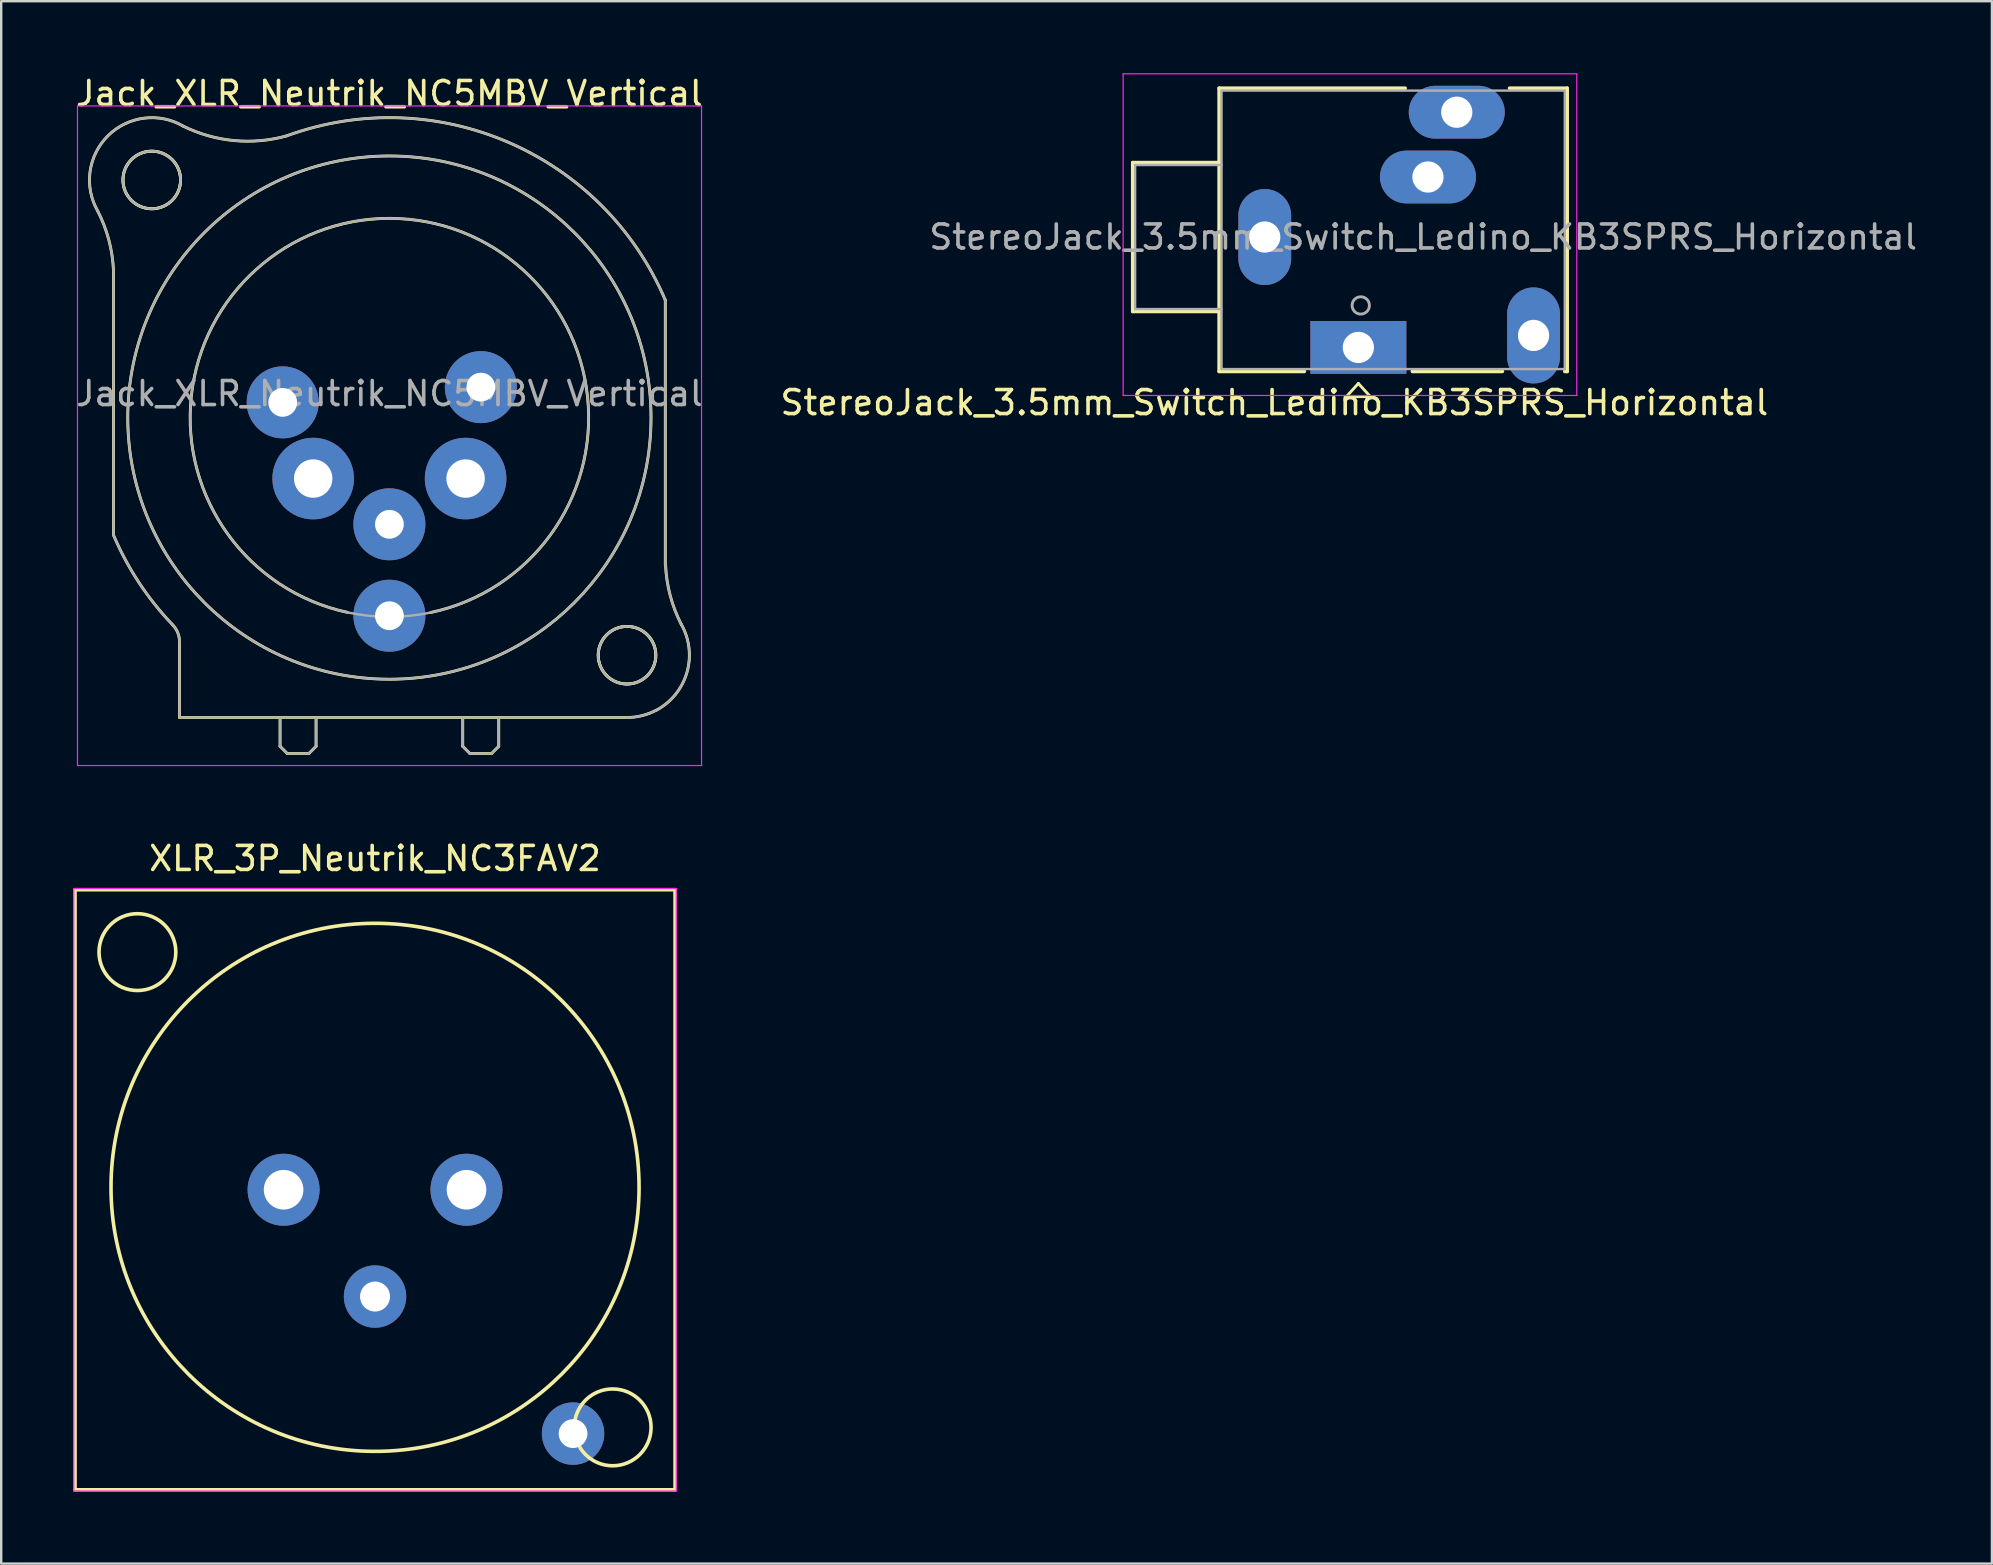
<source format=kicad_pcb>
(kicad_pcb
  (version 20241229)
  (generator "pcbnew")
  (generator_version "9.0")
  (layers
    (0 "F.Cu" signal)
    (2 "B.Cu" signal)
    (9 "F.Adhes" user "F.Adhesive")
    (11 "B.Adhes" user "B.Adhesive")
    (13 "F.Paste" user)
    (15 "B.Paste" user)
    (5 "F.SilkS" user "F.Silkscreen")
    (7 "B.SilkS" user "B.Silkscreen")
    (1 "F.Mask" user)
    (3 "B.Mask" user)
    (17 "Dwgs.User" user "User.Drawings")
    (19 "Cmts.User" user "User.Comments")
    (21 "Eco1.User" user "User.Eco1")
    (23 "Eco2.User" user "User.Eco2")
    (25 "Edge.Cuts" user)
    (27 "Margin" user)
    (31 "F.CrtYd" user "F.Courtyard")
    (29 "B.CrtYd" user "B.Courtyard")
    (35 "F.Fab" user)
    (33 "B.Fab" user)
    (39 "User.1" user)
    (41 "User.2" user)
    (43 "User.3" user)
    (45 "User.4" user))
  (footprint "Jack_XLR_Neutrik_NC5MBV_Vertical"
    (layer "F.Cu")
    (at 8.728 13.713)
    (property "Reference" "Jack_XLR_Neutrik_NC5MBV_Vertical" (at 4.445 -12.865 0) (layer "F.SilkS") (effects (font (size 1 1) (thickness 0.15))))
    (attr through_hole)
    (fp_line (start -7.05 -5.5) (end -7.05 5.53) (stroke (width 0.12) (type solid)) (layer "F.SilkS"))
    (fp_line (start -4.3 9.97) (end -4.3 13.13) (stroke (width 0.12) (type solid)) (layer "F.SilkS"))
    (fp_line (start -0.11 13.13) (end -0.11 14.33) (stroke (width 0.12) (type solid)) (layer "F.SilkS"))
    (fp_line (start -0.11 14.33) (end 0.19 14.63) (stroke (width 0.12) (type solid)) (layer "F.SilkS"))
    (fp_line (start 0.19 14.63) (end 1.09 14.63) (stroke (width 0.12) (type solid)) (layer "F.SilkS"))
    (fp_line (start 1.39 13.13) (end 1.39 14.33) (stroke (width 0.12) (type solid)) (layer "F.SilkS"))
    (fp_line (start 1.39 14.33) (end 1.09 14.63) (stroke (width 0.12) (type solid)) (layer "F.SilkS"))
    (fp_line (start 7.5 13.13) (end 7.5 14.33) (stroke (width 0.12) (type solid)) (layer "F.SilkS"))
    (fp_line (start 7.5 14.33) (end 7.8 14.63) (stroke (width 0.12) (type solid)) (layer "F.SilkS"))
    (fp_line (start 8.7 14.63) (end 7.8 14.63) (stroke (width 0.12) (type solid)) (layer "F.SilkS"))
    (fp_line (start 9 13.13) (end 9 14.33) (stroke (width 0.12) (type solid)) (layer "F.SilkS"))
    (fp_line (start 9 14.33) (end 8.7 14.63) (stroke (width 0.12) (type solid)) (layer "F.SilkS"))
    (fp_line (start 14.34 13.13) (end -4.3 13.13) (stroke (width 0.12) (type solid)) (layer "F.SilkS"))
    (fp_line (start 15.94 6.77) (end 15.94 -4.26) (stroke (width 0.12) (type solid)) (layer "F.SilkS"))
    (fp_arc (start -7.706072 -7.969016) (mid -7.245016 -6.769854) (end -7.05 -5.5) (stroke (width 0.12) (type solid)) (layer "F.SilkS"))
    (fp_arc (start -7.701898 -7.960402) (mid -7.280108 -11.106809) (end -4.13 -11.5) (stroke (width 0.12) (type solid)) (layer "F.SilkS"))
    (fp_arc (start -4.57767 9.277192) (mid -5.983521 7.515552) (end -7.05 5.53) (stroke (width 0.12) (type solid)) (layer "F.SilkS"))
    (fp_arc (start -4.577033 9.279118) (mid -4.371839 9.597822) (end -4.3 9.97) (stroke (width 0.12) (type solid)) (layer "F.SilkS"))
    (fp_arc (start 0.155138 -11.099295) (mid -2.024203 -10.906412) (end -4.13 -11.5) (stroke (width 0.12) (type solid)) (layer "F.SilkS"))
    (fp_arc (start 0.15831 -11.100431) (mid 9.413683 -10.828344) (end 15.94 -4.26) (stroke (width 0.12) (type solid)) (layer "F.SilkS"))
    (fp_arc (start 2.7 8.75) (mid 4.457421 -7.665488) (end 6.165706 8.755186) (stroke (width 0.12) (type solid)) (layer "F.SilkS"))
    (fp_arc (start 15.548589 12.832023) (mid 14.96239 13.054406) (end 14.34 13.13) (stroke (width 0.12) (type solid)) (layer "F.SilkS"))
    (fp_arc (start 16.602795 9.242305) (mid 16.840071 11.256668) (end 15.56 12.83) (stroke (width 0.12) (type solid)) (layer "F.SilkS"))
    (fp_arc (start 16.607596 9.253415) (mid 16.144453 8.047281) (end 15.95 6.77) (stroke (width 0.12) (type solid)) (layer "F.SilkS"))
    (fp_circle (center -5.455 -9.265) (end -4.255 -9.265) (stroke (width 0.12) (type solid)) (fill no) (layer "F.SilkS"))
    (fp_circle (center -5.455 -9.265) (end -4.255 -9.265) (stroke (width 0.12) (type solid)) (fill no) (layer "F.SilkS"))
    (fp_circle (center 4.445 0.635) (end 15.345 0.635) (stroke (width 0.12) (type solid)) (fill no) (layer "F.SilkS"))
    (fp_circle (center 14.345 10.535) (end 15.545 10.535) (stroke (width 0.12) (type solid)) (fill no) (layer "F.SilkS"))
    (fp_circle (center 14.345 10.535) (end 15.545 10.535) (stroke (width 0.12) (type solid)) (fill no) (layer "F.SilkS"))
    (fp_line (start -8.55 -12.35) (end 17.45 -12.35) (stroke (width 0.05) (type solid)) (layer "F.CrtYd"))
    (fp_line (start -8.55 15.13) (end -8.55 -12.35) (stroke (width 0.05) (type solid)) (layer "F.CrtYd"))
    (fp_line (start 17.45 -12.35) (end 17.45 15.13) (stroke (width 0.05) (type solid)) (layer "F.CrtYd"))
    (fp_line (start 17.45 15.13) (end -8.55 15.13) (stroke (width 0.05) (type solid)) (layer "F.CrtYd"))
    (fp_line (start -7.05 -5.5) (end -7.05 5.53) (stroke (width 0.1) (type solid)) (layer "F.Fab"))
    (fp_line (start -4.3 9.97) (end -4.3 13.13) (stroke (width 0.1) (type solid)) (layer "F.Fab"))
    (fp_line (start -0.11 13.13) (end -0.11 14.33) (stroke (width 0.1) (type solid)) (layer "F.Fab"))
    (fp_line (start -0.11 14.33) (end 0.19 14.63) (stroke (width 0.1) (type solid)) (layer "F.Fab"))
    (fp_line (start 0.19 14.63) (end 1.09 14.63) (stroke (width 0.1) (type solid)) (layer "F.Fab"))
    (fp_line (start 1.39 13.13) (end 1.39 14.33) (stroke (width 0.1) (type solid)) (layer "F.Fab"))
    (fp_line (start 1.39 14.33) (end 1.09 14.63) (stroke (width 0.1) (type solid)) (layer "F.Fab"))
    (fp_line (start 7.5 13.13) (end 7.5 14.33) (stroke (width 0.1) (type solid)) (layer "F.Fab"))
    (fp_line (start 7.5 14.33) (end 7.8 14.63) (stroke (width 0.1) (type solid)) (layer "F.Fab"))
    (fp_line (start 8.7 14.63) (end 7.8 14.63) (stroke (width 0.1) (type solid)) (layer "F.Fab"))
    (fp_line (start 9 13.13) (end 9 14.33) (stroke (width 0.1) (type solid)) (layer "F.Fab"))
    (fp_line (start 9 14.33) (end 8.7 14.63) (stroke (width 0.1) (type solid)) (layer "F.Fab"))
    (fp_line (start 14.34 13.13) (end -4.3 13.13) (stroke (width 0.1) (type solid)) (layer "F.Fab"))
    (fp_line (start 15.94 6.77) (end 15.94 -4.26) (stroke (width 0.1) (type solid)) (layer "F.Fab"))
    (fp_arc (start -7.706072 -7.969016) (mid -7.245016 -6.769854) (end -7.05 -5.5) (stroke (width 0.1) (type solid)) (layer "F.Fab"))
    (fp_arc (start -7.701898 -7.960402) (mid -7.280108 -11.106809) (end -4.13 -11.5) (stroke (width 0.1) (type solid)) (layer "F.Fab"))
    (fp_arc (start -4.57767 9.277192) (mid -5.983521 7.515552) (end -7.05 5.53) (stroke (width 0.1) (type solid)) (layer "F.Fab"))
    (fp_arc (start -4.577033 9.279118) (mid -4.371839 9.597822) (end -4.3 9.97) (stroke (width 0.1) (type solid)) (layer "F.Fab"))
    (fp_arc (start 0.155138 -11.099295) (mid -2.024203 -10.906412) (end -4.13 -11.5) (stroke (width 0.1) (type solid)) (layer "F.Fab"))
    (fp_arc (start 0.15831 -11.100431) (mid 9.413683 -10.828344) (end 15.94 -4.26) (stroke (width 0.1) (type solid)) (layer "F.Fab"))
    (fp_arc (start 15.548589 12.832023) (mid 14.96239 13.054406) (end 14.34 13.13) (stroke (width 0.1) (type solid)) (layer "F.Fab"))
    (fp_arc (start 16.602795 9.242305) (mid 16.840071 11.256668) (end 15.56 12.83) (stroke (width 0.1) (type solid)) (layer "F.Fab"))
    (fp_arc (start 16.607596 9.253415) (mid 16.144453 8.047281) (end 15.95 6.77) (stroke (width 0.1) (type solid)) (layer "F.Fab"))
    (fp_circle (center -5.455 -9.265) (end -4.255 -9.265) (stroke (width 0.1) (type solid)) (fill no) (layer "F.Fab"))
    (fp_circle (center 4.445 0.635) (end 12.745 0.635) (stroke (width 0.1) (type solid)) (fill no) (layer "F.Fab"))
    (fp_circle (center 4.445 0.635) (end 15.345 0.635) (stroke (width 0.1) (type solid)) (fill no) (layer "F.Fab"))
    (fp_circle (center 14.345 10.535) (end 15.545 10.535) (stroke (width 0.1) (type solid)) (fill no) (layer "F.Fab"))
    (fp_text user "${REFERENCE}" (at 4.445 -0.365 0) (layer "F.Fab") (effects (font (size 1 1) (thickness 0.15))))
    (pad "1" thru_hole circle (at 0 0) (size 3 3) (drill 1.2) (layers "*.Cu" "*.Mask"))
    (pad "2" thru_hole circle (at 1.27 3.175) (size 3.4 3.4) (drill 1.6) (layers "*.Cu" "*.Mask"))
    (pad "3" thru_hole circle (at 4.445 5.08) (size 3 3) (drill 1.2) (layers "*.Cu" "*.Mask"))
    (pad "4" thru_hole circle (at 7.62 3.175) (size 3.4 3.4) (drill 1.6) (layers "*.Cu" "*.Mask"))
    (pad "5" thru_hole circle (at 8.255 -0.635) (size 3 3) (drill 1.2) (layers "*.Cu" "*.Mask"))
    (pad "G" thru_hole circle (at 4.445 8.89) (size 3 3) (drill 1.2) (layers "*.Cu" "*.Mask")))
  (footprint "XLR_3P_Neutrik_NC3FAV2"
    (layer "F.Cu")
    (at 12.575 46.517)
    (property "Reference" "XLR_3P_Neutrik_NC3FAV2" (at 0 -13.8 0) (layer "F.SilkS") (effects (font (size 1 1) (thickness 0.15))))
    (attr through_hole)
    (fp_line (start -12.5 -12.5) (end 12.5 -12.5) (stroke (width 0.15) (type solid)) (layer "F.SilkS"))
    (fp_line (start -12.5 12.5) (end -12.5 -12.5) (stroke (width 0.15) (type solid)) (layer "F.SilkS"))
    (fp_line (start 12.5 -12.5) (end 12.5 12.5) (stroke (width 0.15) (type solid)) (layer "F.SilkS"))
    (fp_line (start 12.5 12.5) (end -12.5 12.5) (stroke (width 0.15) (type solid)) (layer "F.SilkS"))
    (fp_circle (center -9.9 -9.9) (end -8.3 -9.9) (stroke (width 0.15) (type solid)) (fill no) (layer "F.SilkS"))
    (fp_circle (center 0 -0.1) (end 11 -0.1) (stroke (width 0.15) (type solid)) (fill no) (layer "F.SilkS"))
    (fp_circle (center 9.9 9.9) (end 11.5 9.9) (stroke (width 0.15) (type solid)) (fill no) (layer "F.SilkS"))
    (fp_line (start -12.55 -12.55) (end 12.55 -12.55) (stroke (width 0.05) (type solid)) (layer "F.CrtYd"))
    (fp_line (start -12.55 12.55) (end -12.55 -12.55) (stroke (width 0.05) (type solid)) (layer "F.CrtYd"))
    (fp_line (start 12.55 -12.55) (end 12.55 12.55) (stroke (width 0.05) (type solid)) (layer "F.CrtYd"))
    (fp_line (start 12.55 12.55) (end -12.55 12.55) (stroke (width 0.05) (type solid)) (layer "F.CrtYd"))
    (pad "1" thru_hole circle (at 3.81 0) (size 3 3) (drill 1.65) (layers "*.Cu" "*.Mask"))
    (pad "2" thru_hole circle (at -3.81 0) (size 3 3) (drill 1.65) (layers "*.Cu" "*.Mask"))
    (pad "3" thru_hole circle (at 0 4.45) (size 2.6 2.6) (drill 1.25) (layers "*.Cu" "*.Mask"))
    (pad "G" thru_hole circle (at 8.25 10.16) (size 2.6 2.6) (drill 1.2) (layers "*.Cu" "*.Mask")))
  (footprint "StereoJack_3.5mm_Switch_Ledino_KB3SPRS_Horizontal"
    (layer "F.Cu")
    (at 53.542 11.425)
    (property "Reference" "StereoJack_3.5mm_Switch_Ledino_KB3SPRS_Horizontal" (at -3.5 2.3 0) (layer "F.SilkS") (effects (font (size 1 1) (thickness 0.15))))
    (attr through_hole)
    (fp_line (start -9.4 -7.7) (end -9.4 -1.5) (stroke (width 0.15) (type solid)) (layer "F.SilkS"))
    (fp_line (start -9.4 -1.5) (end -5.8 -1.5) (stroke (width 0.15) (type solid)) (layer "F.SilkS"))
    (fp_line (start -5.8 -10.8) (end 1.95 -10.8) (stroke (width 0.15) (type solid)) (layer "F.SilkS"))
    (fp_line (start -5.8 -7.7) (end -9.4 -7.7) (stroke (width 0.15) (type solid)) (layer "F.SilkS"))
    (fp_line (start -5.8 1) (end -5.8 -10.8) (stroke (width 0.15) (type solid)) (layer "F.SilkS"))
    (fp_line (start -2.25 1) (end -5.8 1) (stroke (width 0.15) (type solid)) (layer "F.SilkS"))
    (fp_line (start -0.5 2.05) (end 0.5 2.05) (stroke (width 0.12) (type solid)) (layer "F.SilkS"))
    (fp_line (start 0 1.5) (end -0.5 2.05) (stroke (width 0.12) (type solid)) (layer "F.SilkS"))
    (fp_line (start 0.5 2.05) (end 0 1.5) (stroke (width 0.12) (type solid)) (layer "F.SilkS"))
    (fp_line (start 6 1) (end 2.25 1) (stroke (width 0.15) (type solid)) (layer "F.SilkS"))
    (fp_line (start 6.3 -10.8) (end 8.7 -10.8) (stroke (width 0.15) (type solid)) (layer "F.SilkS"))
    (fp_line (start 8.7 -10.8) (end 8.7 1) (stroke (width 0.15) (type solid)) (layer "F.SilkS"))
    (fp_line (start 8.7 1) (end 8.6 1) (stroke (width 0.15) (type solid)) (layer "F.SilkS"))
    (fp_line (start -9.8 -11.4) (end -9.8 2) (stroke (width 0.05) (type solid)) (layer "F.CrtYd"))
    (fp_line (start -9.8 2) (end 9.1 2) (stroke (width 0.05) (type solid)) (layer "F.CrtYd"))
    (fp_line (start 9.1 -11.4) (end -9.8 -11.4) (stroke (width 0.05) (type solid)) (layer "F.CrtYd"))
    (fp_line (start 9.1 2) (end 9.1 -11.4) (stroke (width 0.05) (type solid)) (layer "F.CrtYd"))
    (fp_line (start -9.3 -7.6) (end -9.3 -1.6) (stroke (width 0.1) (type solid)) (layer "F.Fab"))
    (fp_line (start -9.3 -7.6) (end -5.7 -7.6) (stroke (width 0.1) (type solid)) (layer "F.Fab"))
    (fp_line (start -9.3 -1.6) (end -5.7 -1.6) (stroke (width 0.1) (type solid)) (layer "F.Fab"))
    (fp_line (start -5.7 -10.7) (end -5.7 0.9) (stroke (width 0.1) (type solid)) (layer "F.Fab"))
    (fp_line (start -5.7 0.9) (end 8.6 0.9) (stroke (width 0.1) (type solid)) (layer "F.Fab"))
    (fp_line (start 8.6 -10.7) (end -5.7 -10.7) (stroke (width 0.1) (type solid)) (layer "F.Fab"))
    (fp_line (start 8.6 0.9) (end 8.6 -10.7) (stroke (width 0.1) (type solid)) (layer "F.Fab"))
    (fp_circle (center 0.1 -1.75) (end 0.4 -1.55) (stroke (width 0.12) (type solid)) (fill no) (layer "F.Fab"))
    (fp_text user "${REFERENCE}" (at 2.7 -4.6 0) (layer "F.Fab") (effects (font (size 1 1) (thickness 0.15))))
    (pad "1" thru_hole rect (at 0 0) (size 4 2.2) (drill 1.3) (layers "*.Cu" "*.Mask"))
    (pad "2" thru_hole oval (at 4.1 -9.8) (size 4 2.2) (drill 1.3) (layers "*.Cu" "*.Mask"))
    (pad "3" thru_hole oval (at -3.9 -4.6) (size 2.2 4) (drill 1.3) (layers "*.Cu" "*.Mask"))
    (pad "4" thru_hole oval (at 7.3 -0.5 90) (size 4 2.2) (drill 1.3) (layers "*.Cu" "*.Mask"))
    (pad "5" thru_hole oval (at 2.9 -7.1) (size 4 2.2) (drill 1.3) (layers "*.Cu" "*.Mask")))
  (gr_rect
    (start -3 -3)
    (end 79.938 62.092)
    (stroke (width 0.1) (type default))
    (fill no)
    (layer "Edge.Cuts")))
</source>
